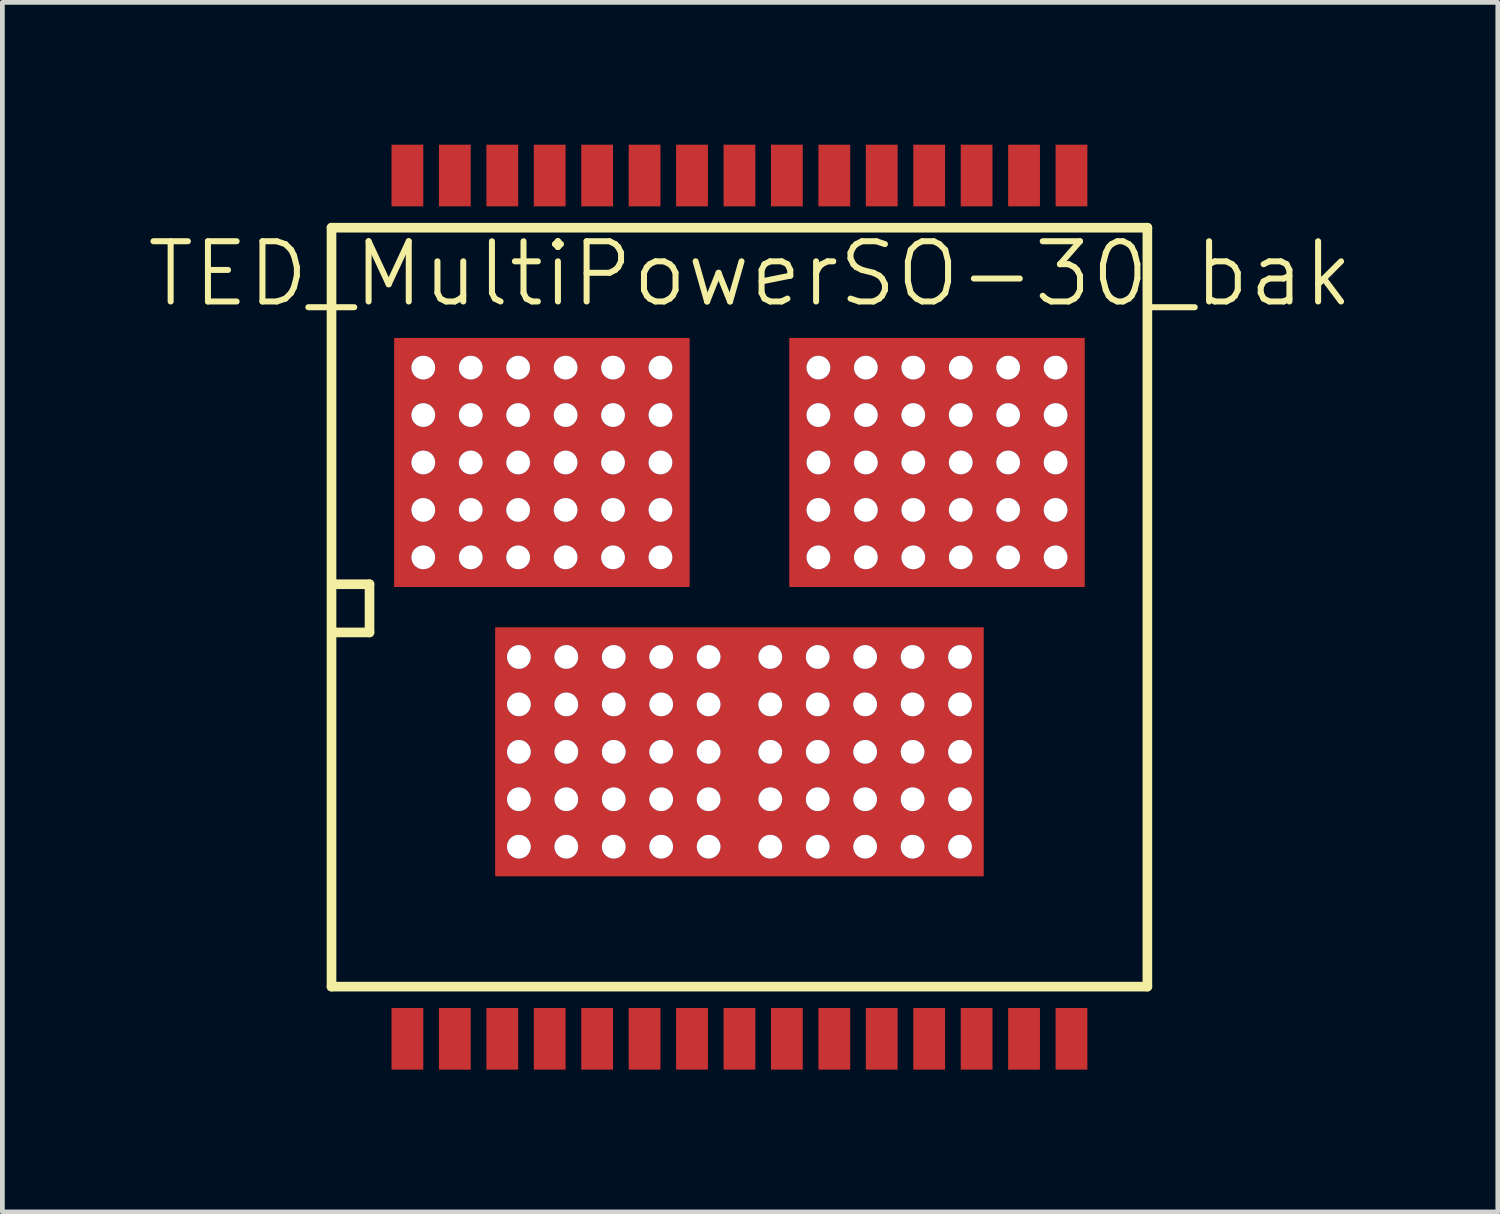
<source format=kicad_pcb>
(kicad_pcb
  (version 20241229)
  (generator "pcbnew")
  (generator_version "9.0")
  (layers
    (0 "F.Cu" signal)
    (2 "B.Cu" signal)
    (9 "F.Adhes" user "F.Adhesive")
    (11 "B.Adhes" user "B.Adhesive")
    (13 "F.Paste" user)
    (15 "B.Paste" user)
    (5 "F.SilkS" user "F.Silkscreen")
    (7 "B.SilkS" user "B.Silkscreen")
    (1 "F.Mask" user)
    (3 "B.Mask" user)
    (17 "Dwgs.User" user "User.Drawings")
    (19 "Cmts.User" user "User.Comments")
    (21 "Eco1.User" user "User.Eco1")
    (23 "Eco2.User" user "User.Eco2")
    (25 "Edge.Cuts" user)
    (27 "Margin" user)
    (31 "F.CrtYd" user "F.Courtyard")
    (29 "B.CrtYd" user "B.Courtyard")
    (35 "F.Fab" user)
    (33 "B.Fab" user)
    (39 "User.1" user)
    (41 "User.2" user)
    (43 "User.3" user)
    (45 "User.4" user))
  (footprint "TED_MultiPowerSO-30_bak"
    (layer "F.Cu")
    (at 12.539 9.75)
    (property "Reference" "TED_MultiPowerSO-30_bak" (at 0.225 -7.025 0) (layer "F.SilkS") (effects (font (size 1.27 1.27) (thickness 0.127))))
    (attr smd)
    (fp_line (start -8.6 -8) (end 8.6 -8) (stroke (width 0.203) (type solid)) (layer "F.SilkS"))
    (fp_line (start -8.6 8) (end -8.6 -8) (stroke (width 0.203) (type solid)) (layer "F.SilkS"))
    (fp_line (start -8.561 -0.483) (end -7.799 -0.483) (stroke (width 0.203) (type solid)) (layer "F.SilkS"))
    (fp_line (start -7.799 -0.483) (end -7.799 0.533) (stroke (width 0.203) (type solid)) (layer "F.SilkS"))
    (fp_line (start -7.799 0.533) (end -8.561 0.533) (stroke (width 0.203) (type solid)) (layer "F.SilkS"))
    (fp_line (start 8.6 -8) (end 8.6 8) (stroke (width 0.203) (type solid)) (layer "F.SilkS"))
    (fp_line (start 8.6 8) (end -8.6 8) (stroke (width 0.203) (type solid)) (layer "F.SilkS"))
    (pad "1" smd rect (at -7 9.1) (size 0.67 1.3) (layers "F.Cu" "F.Mask" "F.Paste"))
    (pad "2" smd rect (at -6 9.1) (size 0.67 1.3) (layers "F.Cu" "F.Mask" "F.Paste"))
    (pad "3" smd rect (at -5 9.1) (size 0.67 1.3) (layers "F.Cu" "F.Mask" "F.Paste"))
    (pad "4" smd rect (at -4 9.1) (size 0.67 1.3) (layers "F.Cu" "F.Mask" "F.Paste"))
    (pad "5" smd rect (at -3 9.1) (size 0.67 1.3) (layers "F.Cu" "F.Mask" "F.Paste"))
    (pad "6" smd rect (at -2 9.1) (size 0.67 1.3) (layers "F.Cu" "F.Mask" "F.Paste"))
    (pad "7" smd rect (at -1 9.1) (size 0.67 1.3) (layers "F.Cu" "F.Mask" "F.Paste"))
    (pad "8" smd rect (at 0 9.1) (size 0.67 1.3) (layers "F.Cu" "F.Mask" "F.Paste"))
    (pad "9" smd rect (at 1 9.1) (size 0.67 1.3) (layers "F.Cu" "F.Mask" "F.Paste"))
    (pad "10" smd rect (at 2 9.1) (size 0.67 1.3) (layers "F.Cu" "F.Mask" "F.Paste"))
    (pad "11" smd rect (at 3 9.1) (size 0.67 1.3) (layers "F.Cu" "F.Mask" "F.Paste"))
    (pad "12" smd rect (at 4 9.1) (size 0.67 1.3) (layers "F.Cu" "F.Mask" "F.Paste"))
    (pad "13" smd rect (at 5 9.1) (size 0.67 1.3) (layers "F.Cu" "F.Mask" "F.Paste"))
    (pad "14" smd rect (at 6 9.1) (size 0.67 1.3) (layers "F.Cu" "F.Mask" "F.Paste"))
    (pad "15" smd rect (at 7 9.1) (size 0.67 1.3) (layers "F.Cu" "F.Mask" "F.Paste"))
    (pad "16" smd rect (at 7 -9.1) (size 0.67 1.3) (layers "F.Cu" "F.Mask" "F.Paste"))
    (pad "17" smd rect (at 6 -9.1) (size 0.67 1.3) (layers "F.Cu" "F.Mask" "F.Paste"))
    (pad "18" smd rect (at 5 -9.1) (size 0.67 1.3) (layers "F.Cu" "F.Mask" "F.Paste"))
    (pad "19" smd rect (at 4 -9.1) (size 0.67 1.3) (layers "F.Cu" "F.Mask" "F.Paste"))
    (pad "20" smd rect (at 3 -9.1) (size 0.67 1.3) (layers "F.Cu" "F.Mask" "F.Paste"))
    (pad "21" smd rect (at 2 -9.1) (size 0.67 1.3) (layers "F.Cu" "F.Mask" "F.Paste"))
    (pad "22" smd rect (at 1 -9.1) (size 0.67 1.3) (layers "F.Cu" "F.Mask" "F.Paste"))
    (pad "23" smd rect (at 0 -9.1) (size 0.67 1.3) (layers "F.Cu" "F.Mask" "F.Paste"))
    (pad "24" smd rect (at -1 -9.1) (size 0.67 1.3) (layers "F.Cu" "F.Mask" "F.Paste"))
    (pad "25" smd rect (at -2 -9.1) (size 0.67 1.3) (layers "F.Cu" "F.Mask" "F.Paste"))
    (pad "26" smd rect (at -3 -9.1) (size 0.67 1.3) (layers "F.Cu" "F.Mask" "F.Paste"))
    (pad "27" smd rect (at -4 -9.1) (size 0.67 1.3) (layers "F.Cu" "F.Mask" "F.Paste"))
    (pad "28" smd rect (at -5 -9.1) (size 0.67 1.3) (layers "F.Cu" "F.Mask" "F.Paste"))
    (pad "29" smd rect (at -6 -9.1) (size 0.67 1.3) (layers "F.Cu" "F.Mask" "F.Paste"))
    (pad "30" smd rect (at -7 -9.1) (size 0.67 1.3) (layers "F.Cu" "F.Mask" "F.Paste"))
    (pad "31" thru_hole circle (at -4.65 1.05) (size 0.5 0.5) (drill 0.5) (layers "*.Cu"))
    (pad "31" thru_hole circle (at -4.65 2.05) (size 0.5 0.5) (drill 0.5) (layers "*.Cu"))
    (pad "31" thru_hole circle (at -4.65 3.05) (size 0.5 0.5) (drill 0.5) (layers "*.Cu"))
    (pad "31" thru_hole circle (at -4.65 4.05) (size 0.5 0.5) (drill 0.5) (layers "*.Cu"))
    (pad "31" thru_hole circle (at -4.65 5.05) (size 0.5 0.5) (drill 0.5) (layers "*.Cu"))
    (pad "31" thru_hole circle (at -3.65 1.05) (size 0.5 0.5) (drill 0.5) (layers "*.Cu"))
    (pad "31" thru_hole circle (at -3.65 2.05) (size 0.5 0.5) (drill 0.5) (layers "*.Cu"))
    (pad "31" thru_hole circle (at -3.65 3.05) (size 0.5 0.5) (drill 0.5) (layers "*.Cu"))
    (pad "31" thru_hole circle (at -3.65 4.05) (size 0.5 0.5) (drill 0.5) (layers "*.Cu"))
    (pad "31" thru_hole circle (at -3.65 5.05) (size 0.5 0.5) (drill 0.5) (layers "*.Cu"))
    (pad "31" thru_hole circle (at -2.65 1.05) (size 0.5 0.5) (drill 0.5) (layers "*.Cu"))
    (pad "31" thru_hole circle (at -2.65 2.05) (size 0.5 0.5) (drill 0.5) (layers "*.Cu"))
    (pad "31" thru_hole circle (at -2.65 3.05) (size 0.5 0.5) (drill 0.5) (layers "*.Cu"))
    (pad "31" thru_hole circle (at -2.65 4.05) (size 0.5 0.5) (drill 0.5) (layers "*.Cu"))
    (pad "31" thru_hole circle (at -2.65 5.05) (size 0.5 0.5) (drill 0.5) (layers "*.Cu"))
    (pad "31" thru_hole circle (at -1.65 1.05) (size 0.5 0.5) (drill 0.5) (layers "*.Cu"))
    (pad "31" thru_hole circle (at -1.65 2.05) (size 0.5 0.5) (drill 0.5) (layers "*.Cu"))
    (pad "31" thru_hole circle (at -1.65 3.05) (size 0.5 0.5) (drill 0.5) (layers "*.Cu"))
    (pad "31" thru_hole circle (at -1.65 4.05) (size 0.5 0.5) (drill 0.5) (layers "*.Cu"))
    (pad "31" thru_hole circle (at -1.65 5.05) (size 0.5 0.5) (drill 0.5) (layers "*.Cu"))
    (pad "31" thru_hole circle (at -0.65 1.05) (size 0.5 0.5) (drill 0.5) (layers "*.Cu"))
    (pad "31" thru_hole circle (at -0.65 2.05) (size 0.5 0.5) (drill 0.5) (layers "*.Cu"))
    (pad "31" thru_hole circle (at -0.65 3.05) (size 0.5 0.5) (drill 0.5) (layers "*.Cu"))
    (pad "31" thru_hole circle (at -0.65 4.05) (size 0.5 0.5) (drill 0.5) (layers "*.Cu"))
    (pad "31" thru_hole circle (at -0.65 5.05) (size 0.5 0.5) (drill 0.5) (layers "*.Cu"))
    (pad "31" smd rect (at 0 3.05) (size 10.3 5.25) (layers "F.Cu" "F.Mask" "F.Paste"))
    (pad "31" thru_hole circle (at 0.65 1.05) (size 0.5 0.5) (drill 0.5) (layers "*.Cu"))
    (pad "31" thru_hole circle (at 0.65 2.05) (size 0.5 0.5) (drill 0.5) (layers "*.Cu"))
    (pad "31" thru_hole circle (at 0.65 3.05) (size 0.5 0.5) (drill 0.5) (layers "*.Cu"))
    (pad "31" thru_hole circle (at 0.65 4.05) (size 0.5 0.5) (drill 0.5) (layers "*.Cu"))
    (pad "31" thru_hole circle (at 0.65 5.05) (size 0.5 0.5) (drill 0.5) (layers "*.Cu"))
    (pad "31" thru_hole circle (at 1.65 1.05) (size 0.5 0.5) (drill 0.5) (layers "*.Cu"))
    (pad "31" thru_hole circle (at 1.65 2.05) (size 0.5 0.5) (drill 0.5) (layers "*.Cu"))
    (pad "31" thru_hole circle (at 1.65 3.05) (size 0.5 0.5) (drill 0.5) (layers "*.Cu"))
    (pad "31" thru_hole circle (at 1.65 4.05) (size 0.5 0.5) (drill 0.5) (layers "*.Cu"))
    (pad "31" thru_hole circle (at 1.65 5.05) (size 0.5 0.5) (drill 0.5) (layers "*.Cu"))
    (pad "31" thru_hole circle (at 2.65 1.05) (size 0.5 0.5) (drill 0.5) (layers "*.Cu"))
    (pad "31" thru_hole circle (at 2.65 2.05) (size 0.5 0.5) (drill 0.5) (layers "*.Cu"))
    (pad "31" thru_hole circle (at 2.65 3.05) (size 0.5 0.5) (drill 0.5) (layers "*.Cu"))
    (pad "31" thru_hole circle (at 2.65 4.05) (size 0.5 0.5) (drill 0.5) (layers "*.Cu"))
    (pad "31" thru_hole circle (at 2.65 5.05) (size 0.5 0.5) (drill 0.5) (layers "*.Cu"))
    (pad "31" thru_hole circle (at 3.65 1.05) (size 0.5 0.5) (drill 0.5) (layers "*.Cu"))
    (pad "31" thru_hole circle (at 3.65 2.05) (size 0.5 0.5) (drill 0.5) (layers "*.Cu"))
    (pad "31" thru_hole circle (at 3.65 3.05) (size 0.5 0.5) (drill 0.5) (layers "*.Cu"))
    (pad "31" thru_hole circle (at 3.65 4.05) (size 0.5 0.5) (drill 0.5) (layers "*.Cu"))
    (pad "31" thru_hole circle (at 3.65 5.05) (size 0.5 0.5) (drill 0.5) (layers "*.Cu"))
    (pad "31" thru_hole circle (at 4.65 1.05) (size 0.5 0.5) (drill 0.5) (layers "*.Cu"))
    (pad "31" thru_hole circle (at 4.65 2.05) (size 0.5 0.5) (drill 0.5) (layers "*.Cu"))
    (pad "31" thru_hole circle (at 4.65 3.05) (size 0.5 0.5) (drill 0.5) (layers "*.Cu"))
    (pad "31" thru_hole circle (at 4.65 4.05) (size 0.5 0.5) (drill 0.5) (layers "*.Cu"))
    (pad "31" thru_hole circle (at 4.65 5.05) (size 0.5 0.5) (drill 0.5) (layers "*.Cu"))
    (pad "32" thru_hole circle (at 1.665 -5.05) (size 0.5 0.5) (drill 0.5) (layers "*.Cu"))
    (pad "32" thru_hole circle (at 1.665 -4.05) (size 0.5 0.5) (drill 0.5) (layers "*.Cu"))
    (pad "32" thru_hole circle (at 1.665 -3.05) (size 0.5 0.5) (drill 0.5) (layers "*.Cu"))
    (pad "32" thru_hole circle (at 1.665 -2.05) (size 0.5 0.5) (drill 0.5) (layers "*.Cu"))
    (pad "32" thru_hole circle (at 1.665 -1.05) (size 0.5 0.5) (drill 0.5) (layers "*.Cu"))
    (pad "32" thru_hole circle (at 2.665 -5.05) (size 0.5 0.5) (drill 0.5) (layers "*.Cu"))
    (pad "32" thru_hole circle (at 2.665 -4.05) (size 0.5 0.5) (drill 0.5) (layers "*.Cu"))
    (pad "32" thru_hole circle (at 2.665 -3.05) (size 0.5 0.5) (drill 0.5) (layers "*.Cu"))
    (pad "32" thru_hole circle (at 2.665 -2.05) (size 0.5 0.5) (drill 0.5) (layers "*.Cu"))
    (pad "32" thru_hole circle (at 2.665 -1.05) (size 0.5 0.5) (drill 0.5) (layers "*.Cu"))
    (pad "32" thru_hole circle (at 3.665 -5.05) (size 0.5 0.5) (drill 0.5) (layers "*.Cu"))
    (pad "32" thru_hole circle (at 3.665 -4.05) (size 0.5 0.5) (drill 0.5) (layers "*.Cu"))
    (pad "32" thru_hole circle (at 3.665 -3.05) (size 0.5 0.5) (drill 0.5) (layers "*.Cu"))
    (pad "32" thru_hole circle (at 3.665 -2.05) (size 0.5 0.5) (drill 0.5) (layers "*.Cu"))
    (pad "32" thru_hole circle (at 3.665 -1.05) (size 0.5 0.5) (drill 0.5) (layers "*.Cu"))
    (pad "32" smd rect (at 4.165 -3.05) (size 6.23 5.25) (layers "F.Cu" "F.Mask" "F.Paste"))
    (pad "32" thru_hole circle (at 4.665 -5.05) (size 0.5 0.5) (drill 0.5) (layers "*.Cu"))
    (pad "32" thru_hole circle (at 4.665 -4.05) (size 0.5 0.5) (drill 0.5) (layers "*.Cu"))
    (pad "32" thru_hole circle (at 4.665 -3.05) (size 0.5 0.5) (drill 0.5) (layers "*.Cu"))
    (pad "32" thru_hole circle (at 4.665 -2.05) (size 0.5 0.5) (drill 0.5) (layers "*.Cu"))
    (pad "32" thru_hole circle (at 4.665 -1.05) (size 0.5 0.5) (drill 0.5) (layers "*.Cu"))
    (pad "32" thru_hole circle (at 5.665 -5.05) (size 0.5 0.5) (drill 0.5) (layers "*.Cu"))
    (pad "32" thru_hole circle (at 5.665 -4.05) (size 0.5 0.5) (drill 0.5) (layers "*.Cu"))
    (pad "32" thru_hole circle (at 5.665 -3.05) (size 0.5 0.5) (drill 0.5) (layers "*.Cu"))
    (pad "32" thru_hole circle (at 5.665 -2.05) (size 0.5 0.5) (drill 0.5) (layers "*.Cu"))
    (pad "32" thru_hole circle (at 5.665 -1.05) (size 0.5 0.5) (drill 0.5) (layers "*.Cu"))
    (pad "32" thru_hole circle (at 6.665 -5.05) (size 0.5 0.5) (drill 0.5) (layers "*.Cu"))
    (pad "32" thru_hole circle (at 6.665 -4.05) (size 0.5 0.5) (drill 0.5) (layers "*.Cu"))
    (pad "32" thru_hole circle (at 6.665 -3.05) (size 0.5 0.5) (drill 0.5) (layers "*.Cu"))
    (pad "32" thru_hole circle (at 6.665 -2.05) (size 0.5 0.5) (drill 0.5) (layers "*.Cu"))
    (pad "32" thru_hole circle (at 6.665 -1.05) (size 0.5 0.5) (drill 0.5) (layers "*.Cu"))
    (pad "33" thru_hole circle (at -6.665 -5.05) (size 0.5 0.5) (drill 0.5) (layers "*.Cu"))
    (pad "33" thru_hole circle (at -6.665 -4.05) (size 0.5 0.5) (drill 0.5) (layers "*.Cu"))
    (pad "33" thru_hole circle (at -6.665 -3.05) (size 0.5 0.5) (drill 0.5) (layers "*.Cu"))
    (pad "33" thru_hole circle (at -6.665 -2.05) (size 0.5 0.5) (drill 0.5) (layers "*.Cu"))
    (pad "33" thru_hole circle (at -6.665 -1.05) (size 0.5 0.5) (drill 0.5) (layers "*.Cu"))
    (pad "33" thru_hole circle (at -5.665 -5.05) (size 0.5 0.5) (drill 0.5) (layers "*.Cu"))
    (pad "33" thru_hole circle (at -5.665 -4.05) (size 0.5 0.5) (drill 0.5) (layers "*.Cu"))
    (pad "33" thru_hole circle (at -5.665 -3.05) (size 0.5 0.5) (drill 0.5) (layers "*.Cu"))
    (pad "33" thru_hole circle (at -5.665 -2.05) (size 0.5 0.5) (drill 0.5) (layers "*.Cu"))
    (pad "33" thru_hole circle (at -5.665 -1.05) (size 0.5 0.5) (drill 0.5) (layers "*.Cu"))
    (pad "33" thru_hole circle (at -4.665 -5.05) (size 0.5 0.5) (drill 0.5) (layers "*.Cu"))
    (pad "33" thru_hole circle (at -4.665 -4.05) (size 0.5 0.5) (drill 0.5) (layers "*.Cu"))
    (pad "33" thru_hole circle (at -4.665 -3.05) (size 0.5 0.5) (drill 0.5) (layers "*.Cu"))
    (pad "33" thru_hole circle (at -4.665 -2.05) (size 0.5 0.5) (drill 0.5) (layers "*.Cu"))
    (pad "33" thru_hole circle (at -4.665 -1.05) (size 0.5 0.5) (drill 0.5) (layers "*.Cu"))
    (pad "33" smd rect (at -4.165 -3.05) (size 6.23 5.25) (layers "F.Cu" "F.Mask" "F.Paste"))
    (pad "33" thru_hole circle (at -3.665 -5.05) (size 0.5 0.5) (drill 0.5) (layers "*.Cu"))
    (pad "33" thru_hole circle (at -3.665 -4.05) (size 0.5 0.5) (drill 0.5) (layers "*.Cu"))
    (pad "33" thru_hole circle (at -3.665 -3.05) (size 0.5 0.5) (drill 0.5) (layers "*.Cu"))
    (pad "33" thru_hole circle (at -3.665 -2.05) (size 0.5 0.5) (drill 0.5) (layers "*.Cu"))
    (pad "33" thru_hole circle (at -3.665 -1.05) (size 0.5 0.5) (drill 0.5) (layers "*.Cu"))
    (pad "33" thru_hole circle (at -2.665 -5.05) (size 0.5 0.5) (drill 0.5) (layers "*.Cu"))
    (pad "33" thru_hole circle (at -2.665 -4.05) (size 0.5 0.5) (drill 0.5) (layers "*.Cu"))
    (pad "33" thru_hole circle (at -2.665 -3.05) (size 0.5 0.5) (drill 0.5) (layers "*.Cu"))
    (pad "33" thru_hole circle (at -2.665 -2.05) (size 0.5 0.5) (drill 0.5) (layers "*.Cu"))
    (pad "33" thru_hole circle (at -2.665 -1.05) (size 0.5 0.5) (drill 0.5) (layers "*.Cu"))
    (pad "33" thru_hole circle (at -1.665 -5.05) (size 0.5 0.5) (drill 0.5) (layers "*.Cu"))
    (pad "33" thru_hole circle (at -1.665 -4.05) (size 0.5 0.5) (drill 0.5) (layers "*.Cu"))
    (pad "33" thru_hole circle (at -1.665 -3.05) (size 0.5 0.5) (drill 0.5) (layers "*.Cu"))
    (pad "33" thru_hole circle (at -1.665 -2.05) (size 0.5 0.5) (drill 0.5) (layers "*.Cu"))
    (pad "33" thru_hole circle (at -1.665 -1.05) (size 0.5 0.5) (drill 0.5) (layers "*.Cu")))
  (gr_rect
    (start -3 -3)
    (end 28.527 22.5)
    (stroke (width 0.1) (type default))
    (fill no)
    (layer "Edge.Cuts")))
</source>
